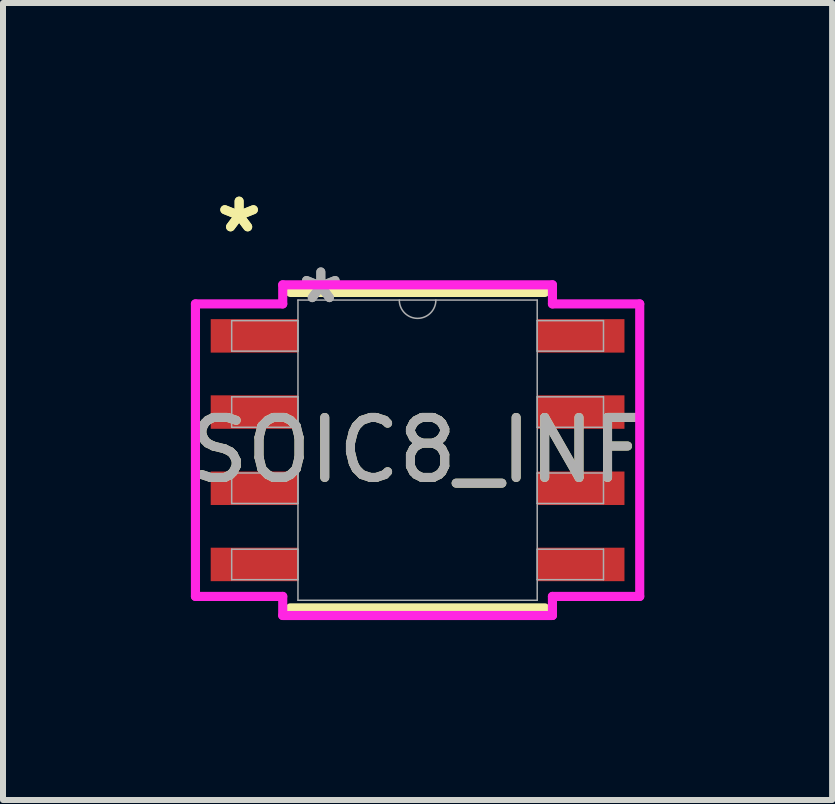
<source format=kicad_pcb>
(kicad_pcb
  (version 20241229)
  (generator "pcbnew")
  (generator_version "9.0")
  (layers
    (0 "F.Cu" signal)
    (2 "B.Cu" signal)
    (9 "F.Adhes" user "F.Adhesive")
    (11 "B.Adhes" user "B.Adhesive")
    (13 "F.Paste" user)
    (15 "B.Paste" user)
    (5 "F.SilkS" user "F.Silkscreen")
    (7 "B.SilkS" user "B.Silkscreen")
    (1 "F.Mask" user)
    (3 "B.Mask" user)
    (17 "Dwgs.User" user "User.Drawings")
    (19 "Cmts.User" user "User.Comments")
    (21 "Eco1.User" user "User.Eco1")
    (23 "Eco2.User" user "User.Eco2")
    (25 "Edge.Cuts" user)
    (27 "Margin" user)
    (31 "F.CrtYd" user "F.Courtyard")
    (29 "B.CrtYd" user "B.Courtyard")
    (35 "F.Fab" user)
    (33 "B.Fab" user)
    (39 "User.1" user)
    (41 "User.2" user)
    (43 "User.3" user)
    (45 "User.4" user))
  (footprint "SOIC8_INF"
    (layer "F.Cu")
    (at 3.911 4.454)
    (property "Reference" "SOIC8_INF" (at 0 0 0) (unlocked yes) (layer "F.SilkS") (effects (font (size 1 1) (thickness 0.15))))
    (attr smd)
    (fp_line (start -2.121 2.629) (end 2.121 2.629) (stroke (width 0.152) (type solid)) (layer "F.SilkS"))
    (fp_line (start 2.121 -2.629) (end -2.121 -2.629) (stroke (width 0.152) (type solid)) (layer "F.SilkS"))
    (fp_line (start -3.703 -2.438) (end -2.248 -2.438) (stroke (width 0.152) (type solid)) (layer "F.CrtYd"))
    (fp_line (start -3.703 2.438) (end -3.703 -2.438) (stroke (width 0.152) (type solid)) (layer "F.CrtYd"))
    (fp_line (start -3.703 2.438) (end -2.248 2.438) (stroke (width 0.152) (type solid)) (layer "F.CrtYd"))
    (fp_line (start -2.248 -2.756) (end 2.248 -2.756) (stroke (width 0.152) (type solid)) (layer "F.CrtYd"))
    (fp_line (start -2.248 -2.438) (end -2.248 -2.756) (stroke (width 0.152) (type solid)) (layer "F.CrtYd"))
    (fp_line (start -2.248 2.756) (end -2.248 2.438) (stroke (width 0.152) (type solid)) (layer "F.CrtYd"))
    (fp_line (start 2.248 -2.756) (end 2.248 -2.438) (stroke (width 0.152) (type solid)) (layer "F.CrtYd"))
    (fp_line (start 2.248 2.438) (end 2.248 2.756) (stroke (width 0.152) (type solid)) (layer "F.CrtYd"))
    (fp_line (start 2.248 2.756) (end -2.248 2.756) (stroke (width 0.152) (type solid)) (layer "F.CrtYd"))
    (fp_line (start 3.703 -2.438) (end 2.248 -2.438) (stroke (width 0.152) (type solid)) (layer "F.CrtYd"))
    (fp_line (start 3.703 -2.438) (end 3.703 2.438) (stroke (width 0.152) (type solid)) (layer "F.CrtYd"))
    (fp_line (start 3.703 2.438) (end 2.248 2.438) (stroke (width 0.152) (type solid)) (layer "F.CrtYd"))
    (fp_line (start -3.099 -2.159) (end -3.099 -1.651) (stroke (width 0.025) (type solid)) (layer "F.Fab"))
    (fp_line (start -3.099 -1.651) (end -1.994 -1.651) (stroke (width 0.025) (type solid)) (layer "F.Fab"))
    (fp_line (start -3.099 -0.889) (end -3.099 -0.381) (stroke (width 0.025) (type solid)) (layer "F.Fab"))
    (fp_line (start -3.099 -0.381) (end -1.994 -0.381) (stroke (width 0.025) (type solid)) (layer "F.Fab"))
    (fp_line (start -3.099 0.381) (end -3.099 0.889) (stroke (width 0.025) (type solid)) (layer "F.Fab"))
    (fp_line (start -3.099 0.889) (end -1.994 0.889) (stroke (width 0.025) (type solid)) (layer "F.Fab"))
    (fp_line (start -3.099 1.651) (end -3.099 2.159) (stroke (width 0.025) (type solid)) (layer "F.Fab"))
    (fp_line (start -3.099 2.159) (end -1.994 2.159) (stroke (width 0.025) (type solid)) (layer "F.Fab"))
    (fp_line (start -1.994 -2.502) (end -1.994 2.502) (stroke (width 0.025) (type solid)) (layer "F.Fab"))
    (fp_line (start -1.994 -2.159) (end -3.099 -2.159) (stroke (width 0.025) (type solid)) (layer "F.Fab"))
    (fp_line (start -1.994 -1.651) (end -1.994 -2.159) (stroke (width 0.025) (type solid)) (layer "F.Fab"))
    (fp_line (start -1.994 -0.889) (end -3.099 -0.889) (stroke (width 0.025) (type solid)) (layer "F.Fab"))
    (fp_line (start -1.994 -0.381) (end -1.994 -0.889) (stroke (width 0.025) (type solid)) (layer "F.Fab"))
    (fp_line (start -1.994 0.381) (end -3.099 0.381) (stroke (width 0.025) (type solid)) (layer "F.Fab"))
    (fp_line (start -1.994 0.889) (end -1.994 0.381) (stroke (width 0.025) (type solid)) (layer "F.Fab"))
    (fp_line (start -1.994 1.651) (end -3.099 1.651) (stroke (width 0.025) (type solid)) (layer "F.Fab"))
    (fp_line (start -1.994 2.159) (end -1.994 1.651) (stroke (width 0.025) (type solid)) (layer "F.Fab"))
    (fp_line (start -1.994 2.502) (end 1.994 2.502) (stroke (width 0.025) (type solid)) (layer "F.Fab"))
    (fp_line (start 1.994 -2.502) (end -1.994 -2.502) (stroke (width 0.025) (type solid)) (layer "F.Fab"))
    (fp_line (start 1.994 -2.159) (end 1.994 -1.651) (stroke (width 0.025) (type solid)) (layer "F.Fab"))
    (fp_line (start 1.994 -1.651) (end 3.099 -1.651) (stroke (width 0.025) (type solid)) (layer "F.Fab"))
    (fp_line (start 1.994 -0.889) (end 1.994 -0.381) (stroke (width 0.025) (type solid)) (layer "F.Fab"))
    (fp_line (start 1.994 -0.381) (end 3.099 -0.381) (stroke (width 0.025) (type solid)) (layer "F.Fab"))
    (fp_line (start 1.994 0.381) (end 1.994 0.889) (stroke (width 0.025) (type solid)) (layer "F.Fab"))
    (fp_line (start 1.994 0.889) (end 3.099 0.889) (stroke (width 0.025) (type solid)) (layer "F.Fab"))
    (fp_line (start 1.994 1.651) (end 1.994 2.159) (stroke (width 0.025) (type solid)) (layer "F.Fab"))
    (fp_line (start 1.994 2.159) (end 3.099 2.159) (stroke (width 0.025) (type solid)) (layer "F.Fab"))
    (fp_line (start 1.994 2.502) (end 1.994 -2.502) (stroke (width 0.025) (type solid)) (layer "F.Fab"))
    (fp_line (start 3.099 -2.159) (end 1.994 -2.159) (stroke (width 0.025) (type solid)) (layer "F.Fab"))
    (fp_line (start 3.099 -1.651) (end 3.099 -2.159) (stroke (width 0.025) (type solid)) (layer "F.Fab"))
    (fp_line (start 3.099 -0.889) (end 1.994 -0.889) (stroke (width 0.025) (type solid)) (layer "F.Fab"))
    (fp_line (start 3.099 -0.381) (end 3.099 -0.889) (stroke (width 0.025) (type solid)) (layer "F.Fab"))
    (fp_line (start 3.099 0.381) (end 1.994 0.381) (stroke (width 0.025) (type solid)) (layer "F.Fab"))
    (fp_line (start 3.099 0.889) (end 3.099 0.381) (stroke (width 0.025) (type solid)) (layer "F.Fab"))
    (fp_line (start 3.099 1.651) (end 1.994 1.651) (stroke (width 0.025) (type solid)) (layer "F.Fab"))
    (fp_line (start 3.099 2.159) (end 3.099 1.651) (stroke (width 0.025) (type solid)) (layer "F.Fab"))
    (fp_arc (start 0.3048 -2.5019) (mid 0 -2.1971) (end -0.3048 -2.5019) (stroke (width 0.0254) (type solid)) (layer "F.Fab"))
    (fp_text user "*" (at -2.975 -3.606 0) (layer "F.SilkS") (effects (font (size 1 1) (thickness 0.15))))
    (fp_text user "*" (at -2.975 -3.606 0) (unlocked yes) (layer "F.SilkS") (effects (font (size 1 1) (thickness 0.15))))
    (fp_text user "${REFERENCE}" (at 0 0 0) (unlocked yes) (layer "F.Fab") (effects (font (size 1 1) (thickness 0.15))))
    (fp_text user "*" (at -1.613 -2.426 0) (layer "F.Fab") (effects (font (size 1 1) (thickness 0.15))))
    (fp_text user "*" (at -1.613 -2.426 0) (unlocked yes) (layer "F.Fab") (effects (font (size 1 1) (thickness 0.15))))
    (pad "1" smd rect (at -2.721 -1.905) (size 1.455 0.558) (layers "F.Cu" "F.Mask" "F.Paste"))
    (pad "2" smd rect (at -2.721 -0.635) (size 1.455 0.558) (layers "F.Cu" "F.Mask" "F.Paste"))
    (pad "3" smd rect (at -2.721 0.635) (size 1.455 0.558) (layers "F.Cu" "F.Mask" "F.Paste"))
    (pad "4" smd rect (at -2.721 1.905) (size 1.455 0.558) (layers "F.Cu" "F.Mask" "F.Paste"))
    (pad "5" smd rect (at 2.721 1.905) (size 1.455 0.558) (layers "F.Cu" "F.Mask" "F.Paste"))
    (pad "6" smd rect (at 2.721 0.635) (size 1.455 0.558) (layers "F.Cu" "F.Mask" "F.Paste"))
    (pad "7" smd rect (at 2.721 -0.635) (size 1.455 0.558) (layers "F.Cu" "F.Mask" "F.Paste"))
    (pad "8" smd rect (at 2.721 -1.905) (size 1.455 0.558) (layers "F.Cu" "F.Mask" "F.Paste")))
  (gr_rect
    (start -3 -3)
    (end 10.821 10.286)
    (stroke (width 0.1) (type default))
    (fill no)
    (layer "Edge.Cuts")))
</source>
